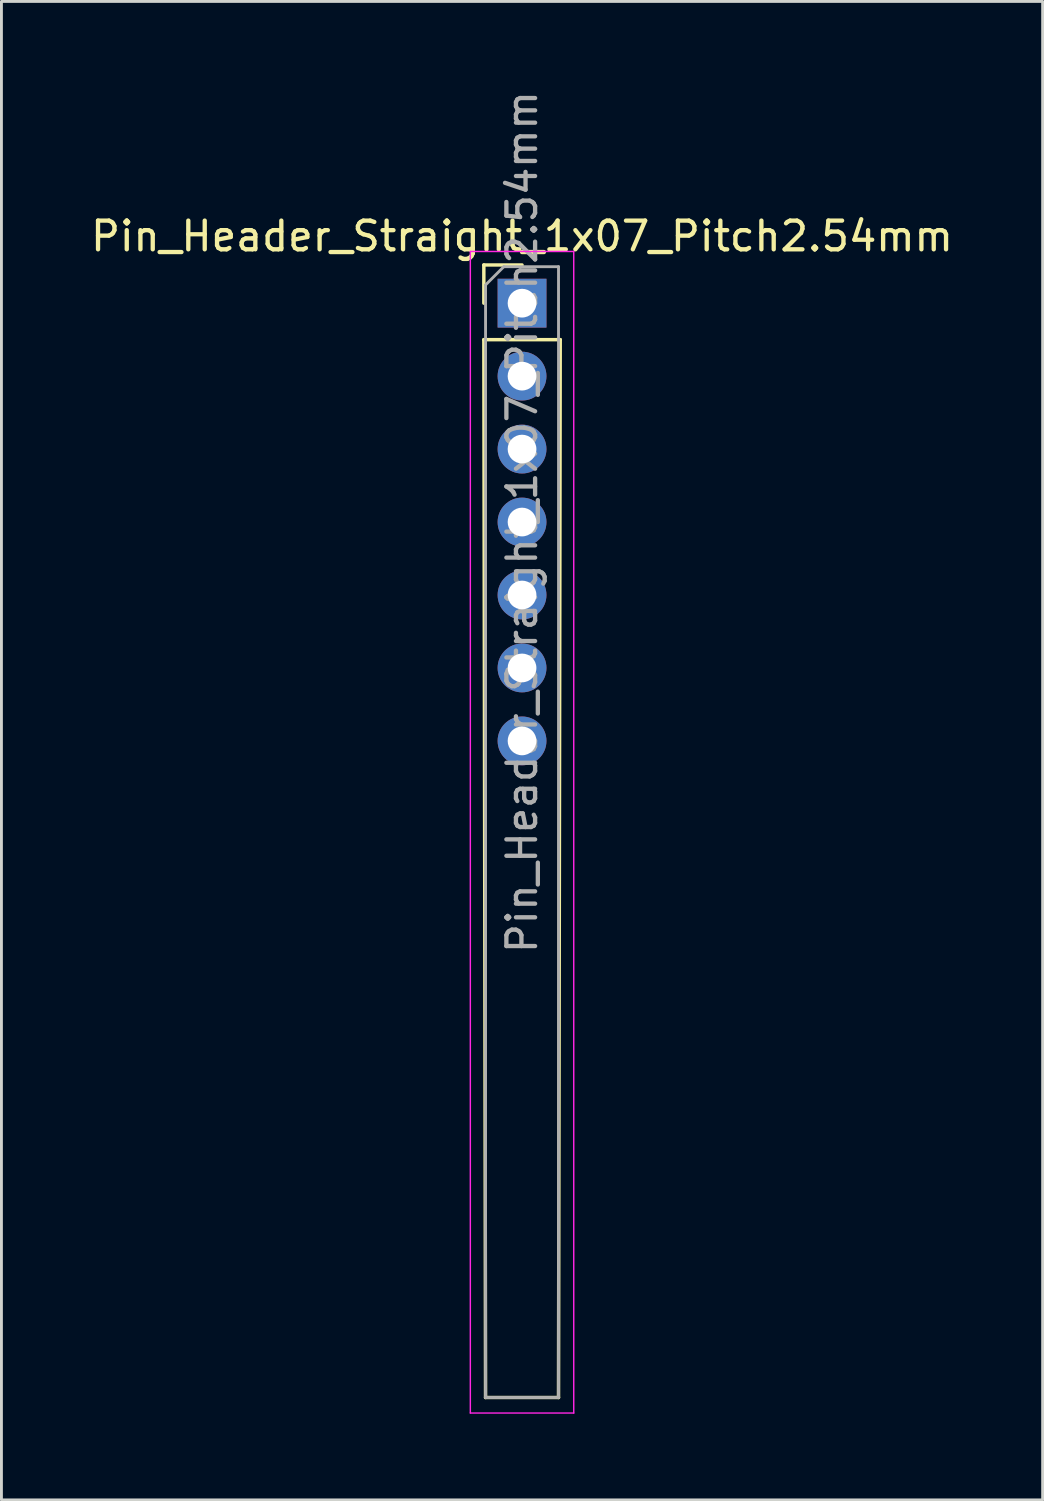
<source format=kicad_pcb>
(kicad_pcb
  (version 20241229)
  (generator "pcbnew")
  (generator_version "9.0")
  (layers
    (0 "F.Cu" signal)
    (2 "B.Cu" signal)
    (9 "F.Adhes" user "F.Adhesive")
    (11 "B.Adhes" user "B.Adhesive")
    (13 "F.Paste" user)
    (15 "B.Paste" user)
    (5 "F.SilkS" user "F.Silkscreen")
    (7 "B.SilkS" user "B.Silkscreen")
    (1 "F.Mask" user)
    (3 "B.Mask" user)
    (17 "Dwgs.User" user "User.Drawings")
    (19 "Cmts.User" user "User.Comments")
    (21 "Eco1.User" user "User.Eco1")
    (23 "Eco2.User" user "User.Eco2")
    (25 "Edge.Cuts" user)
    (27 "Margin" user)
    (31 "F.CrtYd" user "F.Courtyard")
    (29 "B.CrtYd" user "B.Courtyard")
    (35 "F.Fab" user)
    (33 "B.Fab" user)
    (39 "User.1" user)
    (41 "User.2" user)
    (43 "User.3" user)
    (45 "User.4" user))
  (footprint "Pin_Header_Straight_1x07_Pitch2.54mm"
    (layer "F.Cu")
    (at 15.125 7.505)
    (property "Reference" "Pin_Header_Straight_1x07_Pitch2.54mm" (at 0 -2.33 0) (layer "F.SilkS") (effects (font (size 1 1) (thickness 0.15))))
    (attr through_hole)
    (fp_line (start -1.33 -1.33) (end 0 -1.33) (stroke (width 0.12) (type solid)) (layer "F.SilkS"))
    (fp_line (start -1.33 0) (end -1.33 -1.33) (stroke (width 0.12) (type solid)) (layer "F.SilkS"))
    (fp_line (start -1.33 1.27) (end -1.27 38.1) (stroke (width 0.12) (type solid)) (layer "F.SilkS"))
    (fp_line (start -1.33 1.27) (end 1.33 1.27) (stroke (width 0.12) (type solid)) (layer "F.SilkS"))
    (fp_line (start -1.27 38.1) (end 1.27 38.1) (stroke (width 0.12) (type solid)) (layer "F.SilkS"))
    (fp_line (start 1.33 1.27) (end 1.27 38.1) (stroke (width 0.12) (type solid)) (layer "F.SilkS"))
    (fp_line (start -1.8 -1.8) (end -1.8 38.64) (stroke (width 0.05) (type solid)) (layer "F.CrtYd"))
    (fp_line (start -1.8 38.64) (end 1.8 38.64) (stroke (width 0.05) (type solid)) (layer "F.CrtYd"))
    (fp_line (start 1.8 -1.8) (end -1.8 -1.8) (stroke (width 0.05) (type solid)) (layer "F.CrtYd"))
    (fp_line (start 1.8 38.64) (end 1.8 -1.8) (stroke (width 0.05) (type solid)) (layer "F.CrtYd"))
    (fp_line (start -1.27 -0.635) (end -0.635 -1.27) (stroke (width 0.1) (type solid)) (layer "F.Fab"))
    (fp_line (start -1.27 38.1) (end -1.27 -0.635) (stroke (width 0.1) (type solid)) (layer "F.Fab"))
    (fp_line (start -0.635 -1.27) (end 1.27 -1.27) (stroke (width 0.1) (type solid)) (layer "F.Fab"))
    (fp_line (start 1.27 -1.27) (end 1.27 38.1) (stroke (width 0.1) (type solid)) (layer "F.Fab"))
    (fp_line (start 1.27 38.1) (end -1.27 38.1) (stroke (width 0.1) (type solid)) (layer "F.Fab"))
    (fp_text user "${REFERENCE}" (at 0 7.62 90) (layer "F.Fab") (effects (font (size 1 1) (thickness 0.15))))
    (pad "1" thru_hole rect (at 0 0) (size 1.7 1.7) (drill 1) (layers "*.Cu" "*.Mask"))
    (pad "2" thru_hole oval (at 0 2.54) (size 1.7 1.7) (drill 1) (layers "*.Cu" "*.Mask"))
    (pad "3" thru_hole oval (at 0 5.08) (size 1.7 1.7) (drill 1) (layers "*.Cu" "*.Mask"))
    (pad "4" thru_hole oval (at 0 7.62) (size 1.7 1.7) (drill 1) (layers "*.Cu" "*.Mask"))
    (pad "5" thru_hole oval (at 0 10.16) (size 1.7 1.7) (drill 1) (layers "*.Cu" "*.Mask"))
    (pad "6" thru_hole oval (at 0 12.7) (size 1.7 1.7) (drill 1) (layers "*.Cu" "*.Mask"))
    (pad "7" thru_hole oval (at 0 15.24) (size 1.7 1.7) (drill 1) (layers "*.Cu" "*.Mask")))
  (gr_rect
    (start -3 -3)
    (end 33.25 49.17)
    (stroke (width 0.1) (type default))
    (fill no)
    (layer "Edge.Cuts")))
</source>
